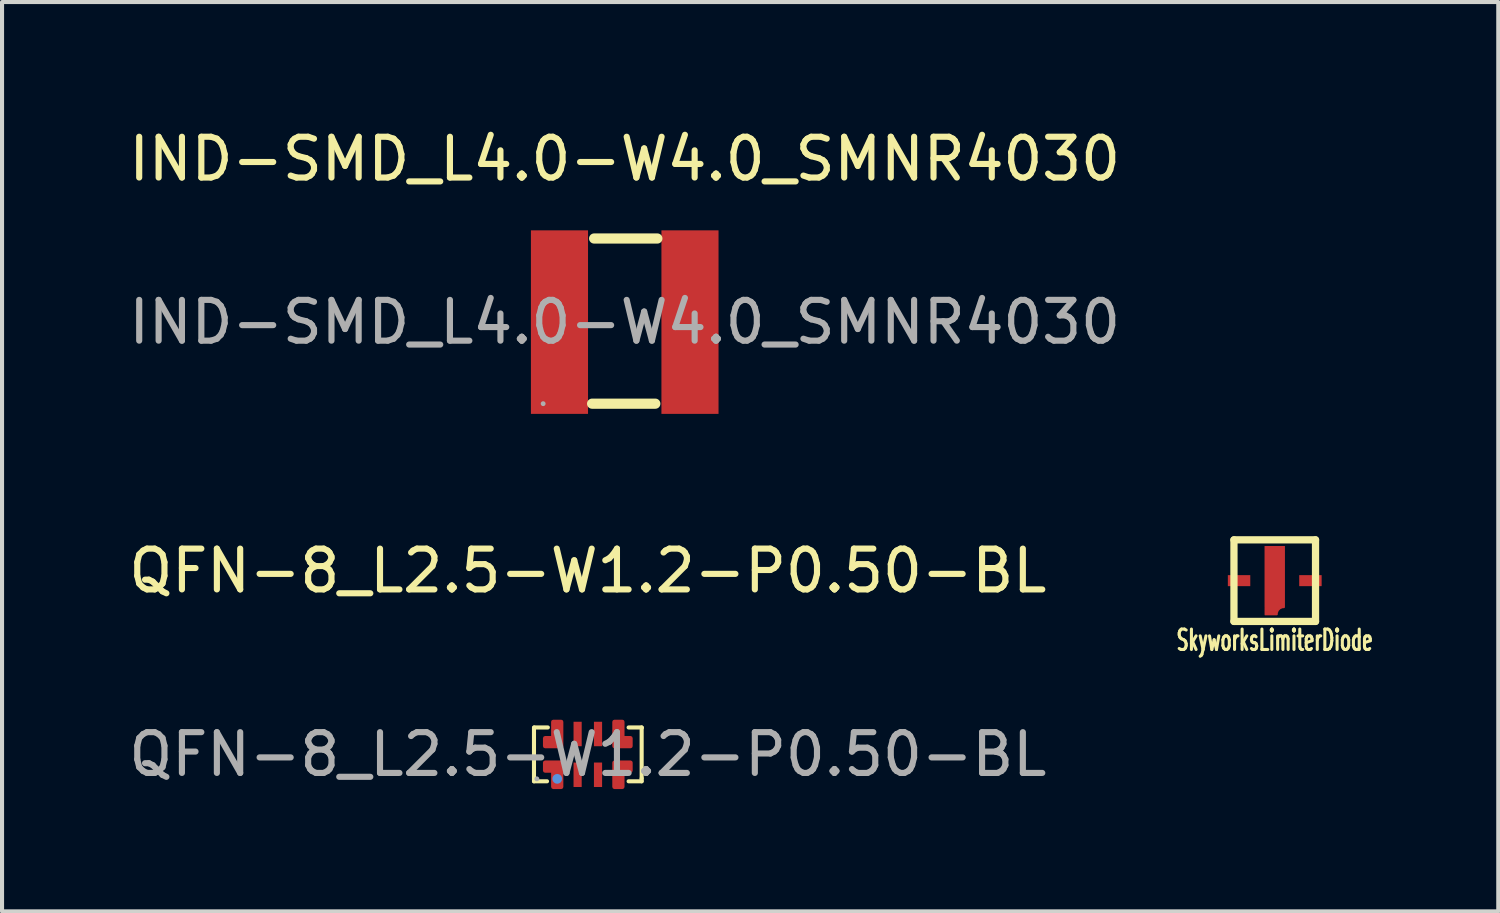
<source format=kicad_pcb>
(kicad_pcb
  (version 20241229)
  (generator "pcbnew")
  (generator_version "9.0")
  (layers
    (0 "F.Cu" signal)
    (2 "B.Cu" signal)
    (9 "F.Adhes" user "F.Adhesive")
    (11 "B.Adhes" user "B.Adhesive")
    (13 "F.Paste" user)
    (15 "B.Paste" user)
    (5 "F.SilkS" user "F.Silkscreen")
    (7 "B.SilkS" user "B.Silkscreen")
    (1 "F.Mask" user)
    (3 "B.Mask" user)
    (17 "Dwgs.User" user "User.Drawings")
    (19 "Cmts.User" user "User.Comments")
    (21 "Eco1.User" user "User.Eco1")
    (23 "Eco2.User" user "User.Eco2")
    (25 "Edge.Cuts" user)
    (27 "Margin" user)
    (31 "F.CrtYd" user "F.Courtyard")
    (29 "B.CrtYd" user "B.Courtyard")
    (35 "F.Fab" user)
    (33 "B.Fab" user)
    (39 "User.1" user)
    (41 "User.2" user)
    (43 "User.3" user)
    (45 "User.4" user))
  (footprint "SkyworksLimiterDiode"
    (layer "F.Cu")
    (at 28.206 11.187)
    (property "Reference" "SkyworksLimiterDiode" (at 0 1.46 180) (layer "F.SilkS") (effects (font (size 0.5 0.3) (thickness 0.075))))
    (attr smd)
    (fp_line (start -1 -1) (end 1 -1) (stroke (width 0.178) (type solid)) (layer "F.SilkS"))
    (fp_line (start -1 1) (end -1 -1) (stroke (width 0.178) (type solid)) (layer "F.SilkS"))
    (fp_line (start 1 -1) (end 1 1) (stroke (width 0.178) (type solid)) (layer "F.SilkS"))
    (fp_line (start 1 1) (end -1 1) (stroke (width 0.178) (type solid)) (layer "F.SilkS"))
    (pad "1" smd rect (at 0.875 0) (size 0.55 0.27) (layers "F.Cu" "F.Mask" "F.Paste"))
    (pad "2" smd custom (at 0 -0.1) (size 0.5 1.5) (layers "F.Cu" "F.Mask" "F.Paste") (options (anchor rect)) (primitives (gr_poly (pts (xy 0.113 0.787) (xy 0.05 0.863) (xy 0.05 0.938) (xy -0.237 0.938) (xy -0.237 0.756) (xy 0.175 0.756)) (width 0.025) (fill yes)) (gr_arc (start 0.05 0.925) (mid 0.101256 0.801256) (end 0.225 0.75) (width 0.05))))
    (pad "3" smd rect (at -0.875 0) (size 0.55 0.27) (layers "F.Cu" "F.Mask" "F.Paste")))
  (footprint "IND-SMD_L4.0-W4.0_SMNR4030"
    (layer "F.Cu")
    (at 12.268 4.848)
    (property "Reference" "IND-SMD_L4.0-W4.0_SMNR4030" (at 0 -4 0) (layer "F.SilkS") (effects (font (size 1 1) (thickness 0.15))))
    (attr smd)
    (fp_line (start -0.8 2) (end 0.75 2) (stroke (width 0.25) (type solid)) (layer "F.SilkS"))
    (fp_line (start -0.75 -2.05) (end 0.8 -2.05) (stroke (width 0.25) (type solid)) (layer "F.SilkS"))
    (fp_circle (center -2 2) (end -1.97 2) (stroke (width 0.06) (type solid)) (fill no) (layer "F.Fab"))
    (fp_text user "${REFERENCE}" (at 0 0 0) (layer "F.Fab") (effects (font (size 1 1) (thickness 0.15))))
    (pad "1" smd rect (at -1.6 0) (size 1.4 4.5) (layers "F.Cu" "F.Mask" "F.Paste"))
    (pad "2" smd rect (at 1.6 0) (size 1.4 4.5) (layers "F.Cu" "F.Mask" "F.Paste")))
  (footprint "QFN-8_L2.5-W1.2-P0.50-BL"
    (layer "F.Cu")
    (at 11.363 15.447)
    (property "Reference" "QFN-8_L2.5-W1.2-P0.50-BL" (at 0 -4.5 0) (layer "F.SilkS") (effects (font (size 1 1) (thickness 0.15))))
    (attr smd)
    (fp_line (start -1.32 0.66) (end -1.32 -0.66) (stroke (width 0.1) (type solid)) (layer "F.SilkS"))
    (fp_line (start -1.31 -0.66) (end -0.98 -0.66) (stroke (width 0.1) (type solid)) (layer "F.SilkS"))
    (fp_line (start -1 0.66) (end -1.32 0.66) (stroke (width 0.1) (type solid)) (layer "F.SilkS"))
    (fp_line (start 1 -0.66) (end 1.32 -0.66) (stroke (width 0.1) (type solid)) (layer "F.SilkS"))
    (fp_line (start 1.32 -0.66) (end 1.32 -0.65) (stroke (width 0.1) (type solid)) (layer "F.SilkS"))
    (fp_line (start 1.32 -0.65) (end 1.32 0.59) (stroke (width 0.1) (type solid)) (layer "F.SilkS"))
    (fp_line (start 1.32 0.59) (end 1.32 0.66) (stroke (width 0.1) (type solid)) (layer "F.SilkS"))
    (fp_line (start 1.32 0.66) (end 1 0.66) (stroke (width 0.1) (type solid)) (layer "F.SilkS"))
    (fp_circle (center -0.75 0.6) (end -0.69 0.6) (stroke (width 0.12) (type solid)) (fill no) (layer "Cmts.User"))
    (fp_circle (center -1.25 0.6) (end -1.22 0.6) (stroke (width 0.06) (type solid)) (fill no) (layer "F.Fab"))
    (fp_text user "${REFERENCE}" (at 0 0 0) (layer "F.Fab") (effects (font (size 1 1) (thickness 0.15))))
    (pad "1" smd custom (at -0.75 0.5) (size 0.01 0.01) (layers "F.Cu" "F.Mask" "F.Paste") (options (anchor circle)) (primitives (gr_poly (pts (xy 0.1 -0.3) (xy 0.1 0.3) (xy -0.1 0.3) (xy -0.1 -0.1) (xy -0.3 -0.1) (xy -0.3 -0.3) (xy -0.1 -0.3)) (width 0.1) (fill yes))))
    (pad "2" smd rect (at -0.25 0.5 270) (size 0.6 0.2) (layers "F.Cu" "F.Mask" "F.Paste"))
    (pad "3" smd rect (at 0.25 0.5 90) (size 0.6 0.2) (layers "F.Cu" "F.Mask" "F.Paste"))
    (pad "4" smd custom (at 0.75 0.5) (size 0.01 0.01) (layers "F.Cu" "F.Mask" "F.Paste") (options (anchor circle)) (primitives (gr_poly (pts (xy -0.1 -0.3) (xy -0.1 0.3) (xy 0.1 0.3) (xy 0.1 -0.1) (xy 0.3 -0.1) (xy 0.3 -0.3) (xy 0.1 -0.3)) (width 0.1) (fill yes))))
    (pad "5" smd custom (at 0.75 -0.5) (size 0.01 0.01) (layers "F.Cu" "F.Mask" "F.Paste") (options (anchor circle)) (primitives (gr_poly (pts (xy -0.1 0.3) (xy -0.1 -0.3) (xy 0.1 -0.3) (xy 0.1 0.1) (xy 0.3 0.1) (xy 0.3 0.3) (xy 0.1 0.3)) (width 0.1) (fill yes))))
    (pad "6" smd rect (at 0.25 -0.5 90) (size 0.6 0.2) (layers "F.Cu" "F.Mask" "F.Paste"))
    (pad "7" smd rect (at -0.25 -0.5 270) (size 0.6 0.2) (layers "F.Cu" "F.Mask" "F.Paste"))
    (pad "8" smd custom (at -0.75 -0.5) (size 0.01 0.01) (layers "F.Cu" "F.Mask" "F.Paste") (options (anchor circle)) (primitives (gr_poly (pts (xy 0.1 0.3) (xy 0.1 -0.3) (xy -0.1 -0.3) (xy -0.1 0.1) (xy -0.3 0.1) (xy -0.3 0.3) (xy -0.1 0.3)) (width 0.1) (fill yes)))))
  (gr_rect
    (start -3 -3)
    (end 33.687 19.297)
    (stroke (width 0.1) (type default))
    (fill no)
    (layer "Edge.Cuts")))
</source>
